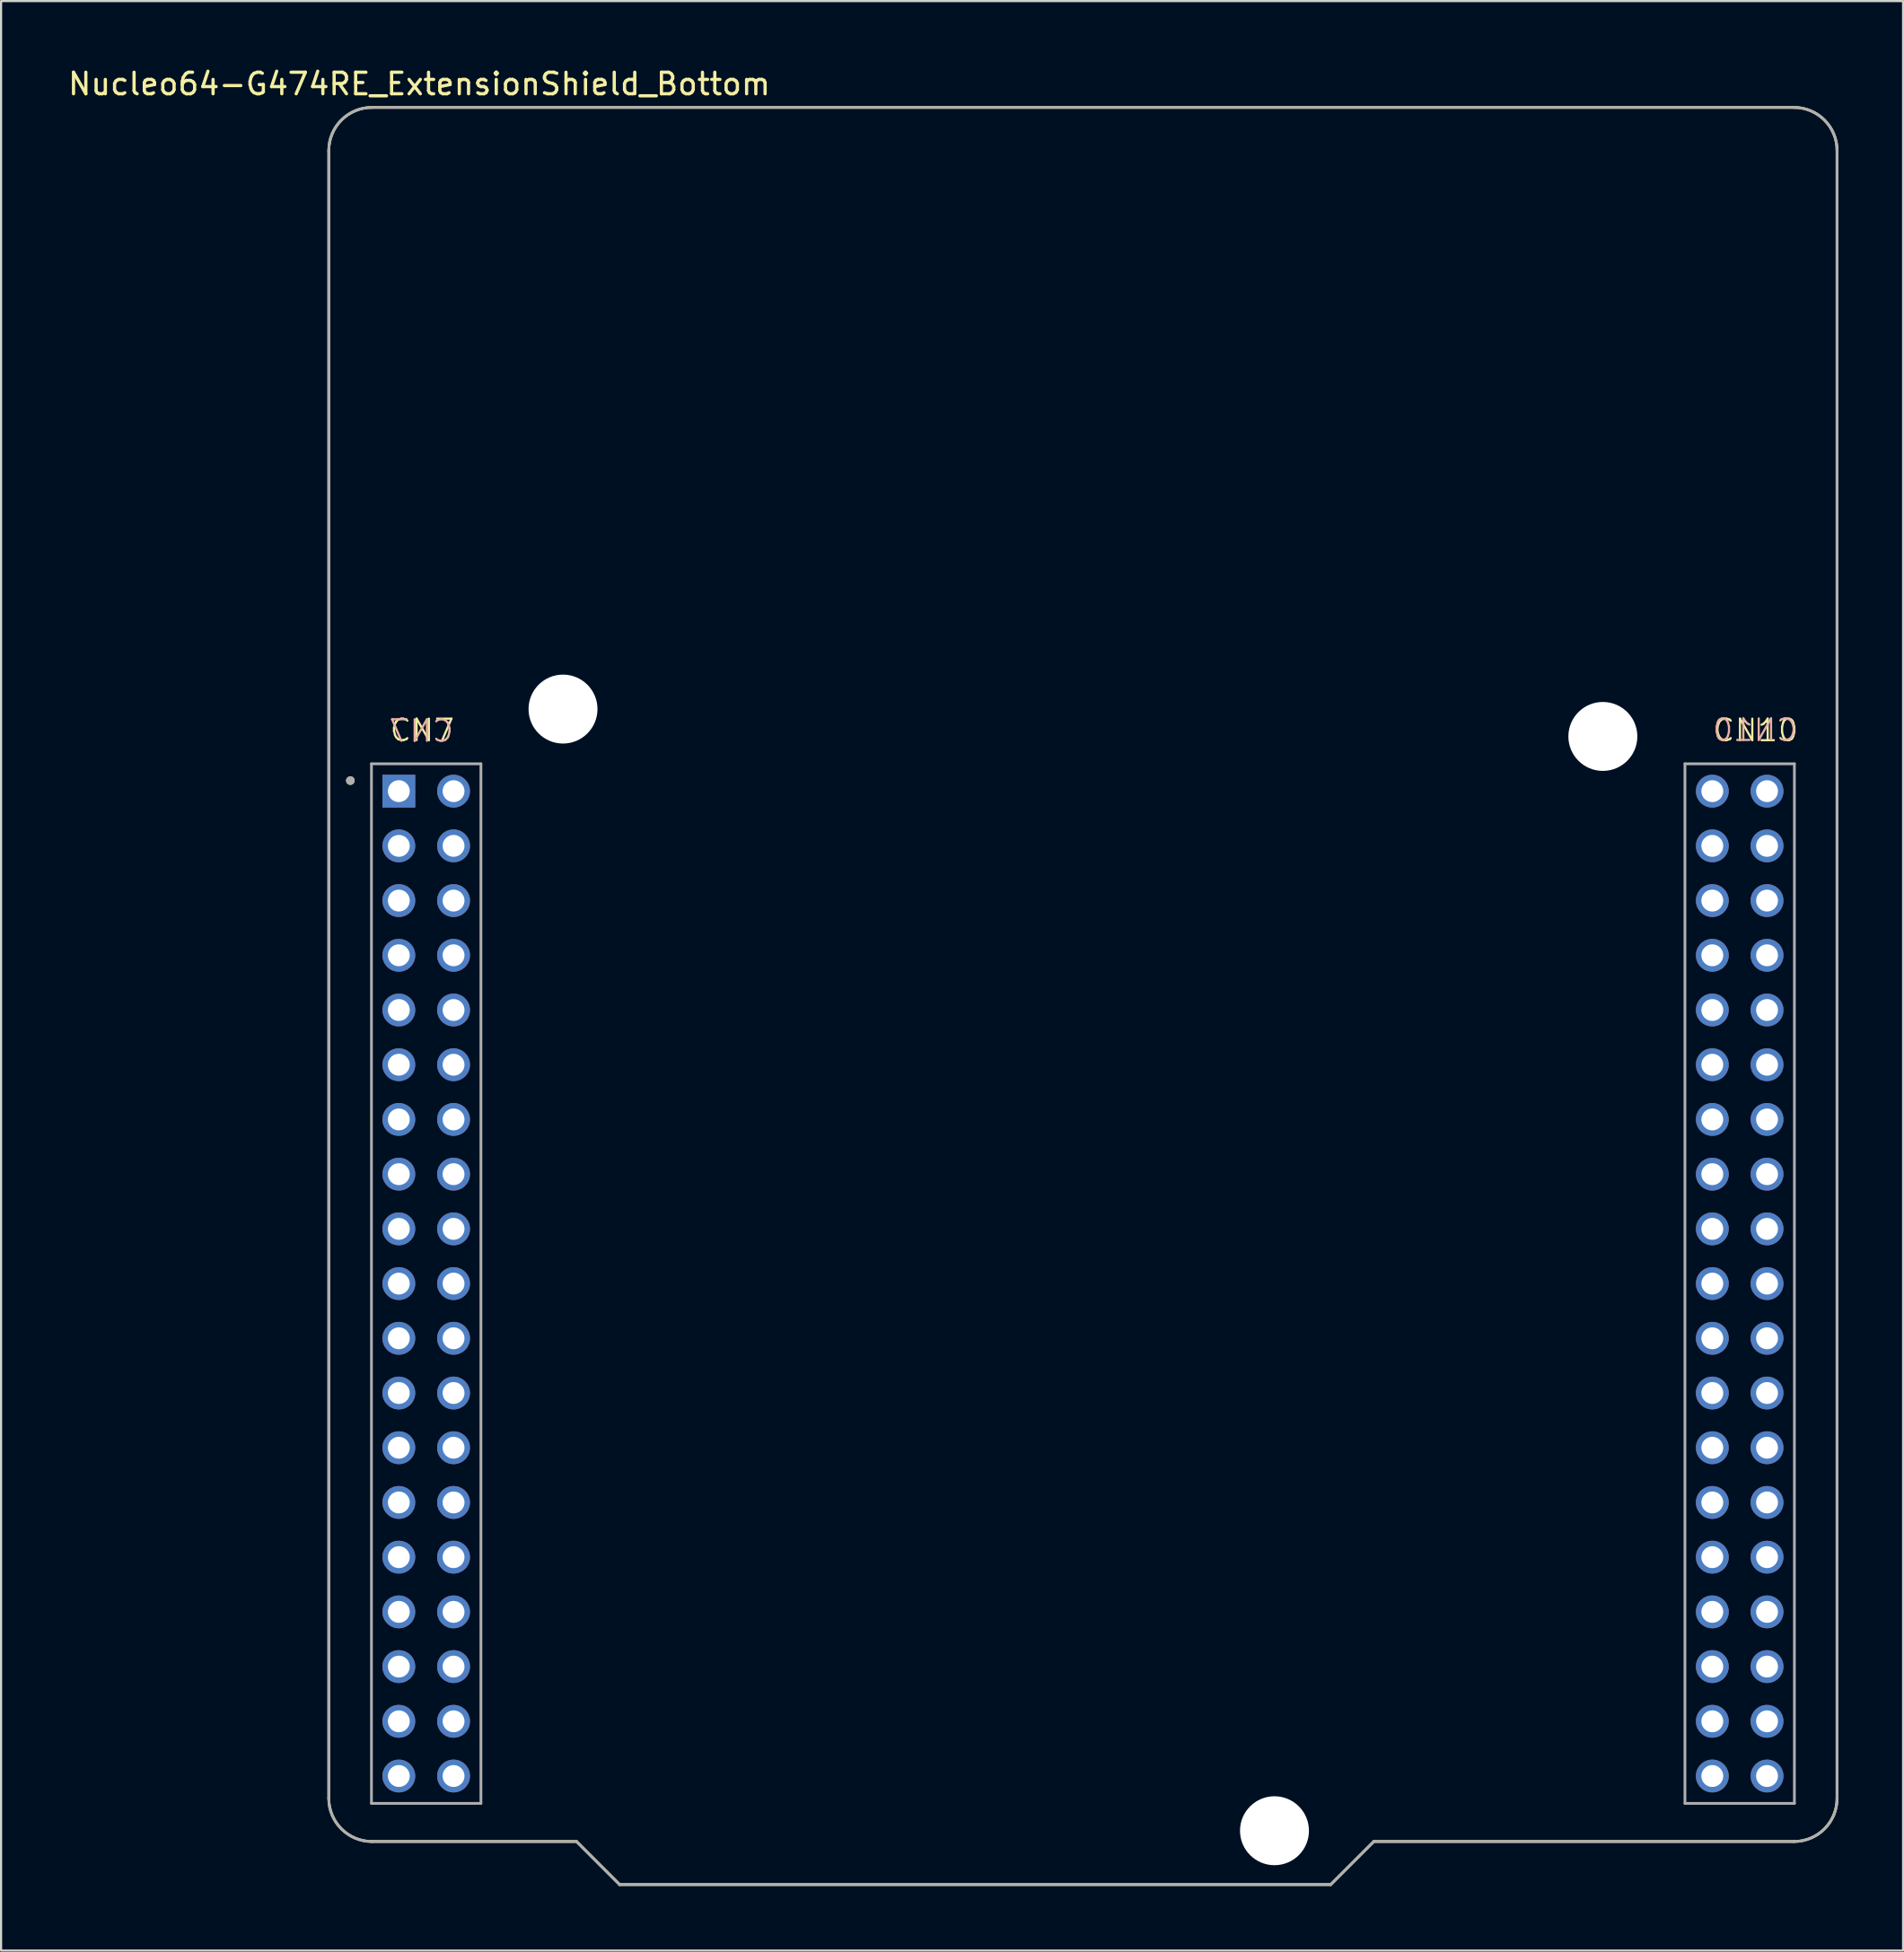
<source format=kicad_pcb>
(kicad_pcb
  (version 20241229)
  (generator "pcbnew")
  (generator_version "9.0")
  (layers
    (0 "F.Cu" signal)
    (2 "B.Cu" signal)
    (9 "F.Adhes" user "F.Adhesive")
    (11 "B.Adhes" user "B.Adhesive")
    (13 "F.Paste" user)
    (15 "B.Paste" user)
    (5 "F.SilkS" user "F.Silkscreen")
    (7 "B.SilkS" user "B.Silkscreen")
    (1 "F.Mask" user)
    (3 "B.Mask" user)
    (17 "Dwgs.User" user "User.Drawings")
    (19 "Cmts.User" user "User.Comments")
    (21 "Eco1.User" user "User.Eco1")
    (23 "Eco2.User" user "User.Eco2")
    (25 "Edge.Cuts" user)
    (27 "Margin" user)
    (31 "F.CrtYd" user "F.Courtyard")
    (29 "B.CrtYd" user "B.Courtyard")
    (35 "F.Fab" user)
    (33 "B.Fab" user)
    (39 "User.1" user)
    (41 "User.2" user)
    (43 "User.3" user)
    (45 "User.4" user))
  (footprint "Nucleo64-G474RE_ExtensionShield_Bottom"
    (layer "F.Cu")
    (at 47.21 43.187)
    (property "Reference" "Nucleo64-G474RE_ExtensionShield_Bottom" (at -30.8 -42.339 0) (layer "F.SilkS") (effects (font (size 1 1) (thickness 0.15))))
    (attr through_hole)
    (fp_line (start -35 -39.25) (end -35 37.25) (stroke (width 0.127) (type solid)) (layer "F.SilkS"))
    (fp_line (start -33 -41.25) (end 33 -41.25) (stroke (width 0.127) (type solid)) (layer "F.SilkS"))
    (fp_line (start -33 39.25) (end -23.5 39.25) (stroke (width 0.127) (type solid)) (layer "F.SilkS"))
    (fp_line (start -23.5 39.25) (end -21.5 41.25) (stroke (width 0.127) (type solid)) (layer "F.SilkS"))
    (fp_line (start -21.5 41.25) (end 11.5 41.25) (stroke (width 0.127) (type solid)) (layer "F.SilkS"))
    (fp_line (start 11.5 41.25) (end 13.5 39.25) (stroke (width 0.127) (type solid)) (layer "F.SilkS"))
    (fp_line (start 13.5 39.25) (end 33 39.25) (stroke (width 0.127) (type solid)) (layer "F.SilkS"))
    (fp_line (start 35 37.25) (end 35 -39.25) (stroke (width 0.127) (type solid)) (layer "F.SilkS"))
    (fp_arc (start -35 -39.25) (mid -34.414214 -40.664214) (end -33 -41.25) (stroke (width 0.127) (type solid)) (layer "F.SilkS"))
    (fp_arc (start -33 39.25) (mid -34.414214 38.664214) (end -35 37.25) (stroke (width 0.127) (type solid)) (layer "F.SilkS"))
    (fp_arc (start 33 -41.25) (mid 34.414214 -40.664214) (end 35 -39.25) (stroke (width 0.127) (type solid)) (layer "F.SilkS"))
    (fp_arc (start 35 37.25) (mid 34.414214 38.664214) (end 33 39.25) (stroke (width 0.127) (type solid)) (layer "F.SilkS"))
    (fp_circle (center -34 -10) (end -33.9 -10) (stroke (width 0.2) (type solid)) (fill no) (layer "F.SilkS"))
    (fp_line (start -35 -39.25) (end -35 37.25) (stroke (width 0.127) (type solid)) (layer "F.Fab"))
    (fp_line (start -33.02 -10.78) (end -27.94 -10.78) (stroke (width 0.127) (type solid)) (layer "F.Fab"))
    (fp_line (start -33.02 37.48) (end -33.02 -10.78) (stroke (width 0.127) (type solid)) (layer "F.Fab"))
    (fp_line (start -33 -41.25) (end 33 -41.25) (stroke (width 0.127) (type solid)) (layer "F.Fab"))
    (fp_line (start -33 39.25) (end -23.5 39.25) (stroke (width 0.127) (type solid)) (layer "F.Fab"))
    (fp_line (start -27.94 -10.78) (end -27.94 37.48) (stroke (width 0.127) (type solid)) (layer "F.Fab"))
    (fp_line (start -27.94 37.48) (end -33.02 37.48) (stroke (width 0.127) (type solid)) (layer "F.Fab"))
    (fp_line (start -23.5 39.25) (end -21.5 41.25) (stroke (width 0.127) (type solid)) (layer "F.Fab"))
    (fp_line (start -21.5 41.25) (end 11.5 41.25) (stroke (width 0.127) (type solid)) (layer "F.Fab"))
    (fp_line (start 11.5 41.25) (end 13.5 39.25) (stroke (width 0.127) (type solid)) (layer "F.Fab"))
    (fp_line (start 13.5 39.25) (end 33 39.25) (stroke (width 0.127) (type solid)) (layer "F.Fab"))
    (fp_line (start 27.94 -10.78) (end 33.02 -10.78) (stroke (width 0.127) (type solid)) (layer "F.Fab"))
    (fp_line (start 27.94 37.48) (end 27.94 -10.78) (stroke (width 0.127) (type solid)) (layer "F.Fab"))
    (fp_line (start 33.02 -10.78) (end 33.02 37.48) (stroke (width 0.127) (type solid)) (layer "F.Fab"))
    (fp_line (start 33.02 37.48) (end 27.94 37.48) (stroke (width 0.127) (type solid)) (layer "F.Fab"))
    (fp_line (start 35 37.25) (end 35 -39.25) (stroke (width 0.127) (type solid)) (layer "F.Fab"))
    (fp_arc (start -35 -39.25) (mid -34.414214 -40.664214) (end -33 -41.25) (stroke (width 0.127) (type solid)) (layer "F.Fab"))
    (fp_arc (start -33 39.25) (mid -34.414214 38.664214) (end -35 37.25) (stroke (width 0.127) (type solid)) (layer "F.Fab"))
    (fp_arc (start 33 -41.25) (mid 34.414214 -40.664214) (end 35 -39.25) (stroke (width 0.127) (type solid)) (layer "F.Fab"))
    (fp_arc (start 35 37.25) (mid 34.414214 38.664214) (end 33 39.25) (stroke (width 0.127) (type solid)) (layer "F.Fab"))
    (fp_circle (center -34 -10) (end -33.9 -10) (stroke (width 0.2) (type solid)) (fill no) (layer "F.Fab"))
    (fp_text user "CN10" (at 29.19 -11.75 0) (unlocked yes) (layer "F.SilkS") (effects (font (size 1 1) (thickness 0.1)) (justify left bottom)))
    (fp_text user "CN7" (at -32.23 -11.75 0) (unlocked yes) (layer "F.SilkS") (effects (font (size 1 1) (thickness 0.1)) (justify left bottom)))
    (fp_text user "CN7" (at -29.14 -11.72 0) (unlocked yes) (layer "B.SilkS") (effects (font (size 1 1) (thickness 0.1)) (justify left bottom mirror)))
    (fp_text user "CN10" (at 33.24 -11.76 0) (unlocked yes) (layer "B.SilkS") (effects (font (size 1 1) (thickness 0.1)) (justify left bottom mirror)))
    (pad "" np_thru_hole circle (at -24.13 -13.32) (size 3.2 3.2) (drill 3.2) (layers "*.Cu" "*.Mask"))
    (pad "" np_thru_hole circle (at 8.89 38.75) (size 3.2 3.2) (drill 3.2) (layers "*.Cu" "*.Mask"))
    (pad "" np_thru_hole circle (at 24.13 -12.05) (size 3.2 3.2) (drill 3.2) (layers "*.Cu" "*.Mask"))
    (pad "CN7_1" thru_hole rect (at -31.75 -9.51) (size 1.524 1.524) (drill 1.016) (layers "*.Cu" "*.Mask"))
    (pad "CN7_2" thru_hole circle (at -29.21 -9.51) (size 1.524 1.524) (drill 1.016) (layers "*.Cu" "*.Mask"))
    (pad "CN7_3" thru_hole circle (at -31.75 -6.97) (size 1.524 1.524) (drill 1.016) (layers "*.Cu" "*.Mask"))
    (pad "CN7_4" thru_hole circle (at -29.21 -6.97) (size 1.524 1.524) (drill 1.016) (layers "*.Cu" "*.Mask"))
    (pad "CN7_5" thru_hole circle (at -31.75 -4.43) (size 1.524 1.524) (drill 1.016) (layers "*.Cu" "*.Mask"))
    (pad "CN7_6" thru_hole circle (at -29.21 -4.43) (size 1.524 1.524) (drill 1.016) (layers "*.Cu" "*.Mask"))
    (pad "CN7_7" thru_hole circle (at -31.75 -1.89) (size 1.524 1.524) (drill 1.016) (layers "*.Cu" "*.Mask"))
    (pad "CN7_8" thru_hole circle (at -29.21 -1.89) (size 1.524 1.524) (drill 1.016) (layers "*.Cu" "*.Mask"))
    (pad "CN7_9" thru_hole circle (at -31.75 0.65) (size 1.524 1.524) (drill 1.016) (layers "*.Cu" "*.Mask"))
    (pad "CN7_10" thru_hole circle (at -29.21 0.65) (size 1.524 1.524) (drill 1.016) (layers "*.Cu" "*.Mask"))
    (pad "CN7_11" thru_hole circle (at -31.75 3.19) (size 1.524 1.524) (drill 1.016) (layers "*.Cu" "*.Mask"))
    (pad "CN7_12" thru_hole circle (at -29.21 3.19) (size 1.524 1.524) (drill 1.016) (layers "*.Cu" "*.Mask"))
    (pad "CN7_13" thru_hole circle (at -31.75 5.73) (size 1.524 1.524) (drill 1.016) (layers "*.Cu" "*.Mask"))
    (pad "CN7_14" thru_hole circle (at -29.21 5.73) (size 1.524 1.524) (drill 1.016) (layers "*.Cu" "*.Mask"))
    (pad "CN7_15" thru_hole circle (at -31.75 8.27) (size 1.524 1.524) (drill 1.016) (layers "*.Cu" "*.Mask"))
    (pad "CN7_16" thru_hole circle (at -29.21 8.27) (size 1.524 1.524) (drill 1.016) (layers "*.Cu" "*.Mask"))
    (pad "CN7_17" thru_hole circle (at -31.75 10.81) (size 1.524 1.524) (drill 1.016) (layers "*.Cu" "*.Mask"))
    (pad "CN7_18" thru_hole circle (at -29.21 10.81) (size 1.524 1.524) (drill 1.016) (layers "*.Cu" "*.Mask"))
    (pad "CN7_19" thru_hole circle (at -31.75 13.35) (size 1.524 1.524) (drill 1.016) (layers "*.Cu" "*.Mask"))
    (pad "CN7_20" thru_hole circle (at -29.21 13.35) (size 1.524 1.524) (drill 1.016) (layers "*.Cu" "*.Mask"))
    (pad "CN7_21" thru_hole circle (at -31.75 15.89) (size 1.524 1.524) (drill 1.016) (layers "*.Cu" "*.Mask"))
    (pad "CN7_22" thru_hole circle (at -29.21 15.89) (size 1.524 1.524) (drill 1.016) (layers "*.Cu" "*.Mask"))
    (pad "CN7_23" thru_hole circle (at -31.75 18.43) (size 1.524 1.524) (drill 1.016) (layers "*.Cu" "*.Mask"))
    (pad "CN7_24" thru_hole circle (at -29.21 18.43) (size 1.524 1.524) (drill 1.016) (layers "*.Cu" "*.Mask"))
    (pad "CN7_25" thru_hole circle (at -31.75 20.97) (size 1.524 1.524) (drill 1.016) (layers "*.Cu" "*.Mask"))
    (pad "CN7_26" thru_hole circle (at -29.21 20.97) (size 1.524 1.524) (drill 1.016) (layers "*.Cu" "*.Mask"))
    (pad "CN7_27" thru_hole circle (at -31.75 23.51) (size 1.524 1.524) (drill 1.016) (layers "*.Cu" "*.Mask"))
    (pad "CN7_28" thru_hole circle (at -29.21 23.51) (size 1.524 1.524) (drill 1.016) (layers "*.Cu" "*.Mask"))
    (pad "CN7_29" thru_hole circle (at -31.75 26.05) (size 1.524 1.524) (drill 1.016) (layers "*.Cu" "*.Mask"))
    (pad "CN7_30" thru_hole circle (at -29.21 26.05) (size 1.524 1.524) (drill 1.016) (layers "*.Cu" "*.Mask"))
    (pad "CN7_31" thru_hole circle (at -31.75 28.59) (size 1.524 1.524) (drill 1.016) (layers "*.Cu" "*.Mask"))
    (pad "CN7_32" thru_hole circle (at -29.21 28.59) (size 1.524 1.524) (drill 1.016) (layers "*.Cu" "*.Mask"))
    (pad "CN7_33" thru_hole circle (at -31.75 31.13) (size 1.524 1.524) (drill 1.016) (layers "*.Cu" "*.Mask"))
    (pad "CN7_34" thru_hole circle (at -29.21 31.13) (size 1.524 1.524) (drill 1.016) (layers "*.Cu" "*.Mask"))
    (pad "CN7_35" thru_hole circle (at -31.75 33.67) (size 1.524 1.524) (drill 1.016) (layers "*.Cu" "*.Mask"))
    (pad "CN7_36" thru_hole circle (at -29.21 33.67) (size 1.524 1.524) (drill 1.016) (layers "*.Cu" "*.Mask"))
    (pad "CN7_37" thru_hole circle (at -31.75 36.21) (size 1.524 1.524) (drill 1.016) (layers "*.Cu" "*.Mask"))
    (pad "CN7_38" thru_hole circle (at -29.21 36.21) (size 1.524 1.524) (drill 1.016) (layers "*.Cu" "*.Mask"))
    (pad "CN10_1" thru_hole circle (at 29.21 -9.51) (size 1.524 1.524) (drill 1.016) (layers "*.Cu" "*.Mask"))
    (pad "CN10_2" thru_hole circle (at 31.75 -9.51) (size 1.524 1.524) (drill 1.016) (layers "*.Cu" "*.Mask"))
    (pad "CN10_3" thru_hole circle (at 29.21 -6.97) (size 1.524 1.524) (drill 1.016) (layers "*.Cu" "*.Mask"))
    (pad "CN10_4" thru_hole circle (at 31.75 -6.97) (size 1.524 1.524) (drill 1.016) (layers "*.Cu" "*.Mask"))
    (pad "CN10_5" thru_hole circle (at 29.21 -4.43) (size 1.524 1.524) (drill 1.016) (layers "*.Cu" "*.Mask"))
    (pad "CN10_6" thru_hole circle (at 31.75 -4.43) (size 1.524 1.524) (drill 1.016) (layers "*.Cu" "*.Mask"))
    (pad "CN10_7" thru_hole circle (at 29.21 -1.89) (size 1.524 1.524) (drill 1.016) (layers "*.Cu" "*.Mask"))
    (pad "CN10_8" thru_hole circle (at 31.75 -1.89) (size 1.524 1.524) (drill 1.016) (layers "*.Cu" "*.Mask"))
    (pad "CN10_9" thru_hole circle (at 29.21 0.65) (size 1.524 1.524) (drill 1.016) (layers "*.Cu" "*.Mask"))
    (pad "CN10_10" thru_hole circle (at 31.75 0.65) (size 1.524 1.524) (drill 1.016) (layers "*.Cu" "*.Mask"))
    (pad "CN10_11" thru_hole circle (at 29.21 3.19) (size 1.524 1.524) (drill 1.016) (layers "*.Cu" "*.Mask"))
    (pad "CN10_12" thru_hole circle (at 31.75 3.19) (size 1.524 1.524) (drill 1.016) (layers "*.Cu" "*.Mask"))
    (pad "CN10_13" thru_hole circle (at 29.21 5.73) (size 1.524 1.524) (drill 1.016) (layers "*.Cu" "*.Mask"))
    (pad "CN10_14" thru_hole circle (at 31.75 5.73) (size 1.524 1.524) (drill 1.016) (layers "*.Cu" "*.Mask"))
    (pad "CN10_15" thru_hole circle (at 29.21 8.27) (size 1.524 1.524) (drill 1.016) (layers "*.Cu" "*.Mask"))
    (pad "CN10_16" thru_hole circle (at 31.75 8.27) (size 1.524 1.524) (drill 1.016) (layers "*.Cu" "*.Mask"))
    (pad "CN10_17" thru_hole circle (at 29.21 10.81) (size 1.524 1.524) (drill 1.016) (layers "*.Cu" "*.Mask"))
    (pad "CN10_18" thru_hole circle (at 31.75 10.81) (size 1.524 1.524) (drill 1.016) (layers "*.Cu" "*.Mask"))
    (pad "CN10_19" thru_hole circle (at 29.21 13.35) (size 1.524 1.524) (drill 1.016) (layers "*.Cu" "*.Mask"))
    (pad "CN10_20" thru_hole circle (at 31.75 13.35) (size 1.524 1.524) (drill 1.016) (layers "*.Cu" "*.Mask"))
    (pad "CN10_21" thru_hole circle (at 29.21 15.89) (size 1.524 1.524) (drill 1.016) (layers "*.Cu" "*.Mask"))
    (pad "CN10_22" thru_hole circle (at 31.75 15.89) (size 1.524 1.524) (drill 1.016) (layers "*.Cu" "*.Mask"))
    (pad "CN10_23" thru_hole circle (at 29.21 18.43) (size 1.524 1.524) (drill 1.016) (layers "*.Cu" "*.Mask"))
    (pad "CN10_24" thru_hole circle (at 31.75 18.43) (size 1.524 1.524) (drill 1.016) (layers "*.Cu" "*.Mask"))
    (pad "CN10_25" thru_hole circle (at 29.21 20.97) (size 1.524 1.524) (drill 1.016) (layers "*.Cu" "*.Mask"))
    (pad "CN10_26" thru_hole circle (at 31.75 20.97) (size 1.524 1.524) (drill 1.016) (layers "*.Cu" "*.Mask"))
    (pad "CN10_27" thru_hole circle (at 29.21 23.51) (size 1.524 1.524) (drill 1.016) (layers "*.Cu" "*.Mask"))
    (pad "CN10_28" thru_hole circle (at 31.75 23.51) (size 1.524 1.524) (drill 1.016) (layers "*.Cu" "*.Mask"))
    (pad "CN10_29" thru_hole circle (at 29.21 26.05) (size 1.524 1.524) (drill 1.016) (layers "*.Cu" "*.Mask"))
    (pad "CN10_30" thru_hole circle (at 31.75 26.05) (size 1.524 1.524) (drill 1.016) (layers "*.Cu" "*.Mask"))
    (pad "CN10_31" thru_hole circle (at 29.21 28.59) (size 1.524 1.524) (drill 1.016) (layers "*.Cu" "*.Mask"))
    (pad "CN10_32" thru_hole circle (at 31.75 28.59) (size 1.524 1.524) (drill 1.016) (layers "*.Cu" "*.Mask"))
    (pad "CN10_33" thru_hole circle (at 29.21 31.13) (size 1.524 1.524) (drill 1.016) (layers "*.Cu" "*.Mask"))
    (pad "CN10_34" thru_hole circle (at 31.75 31.13) (size 1.524 1.524) (drill 1.016) (layers "*.Cu" "*.Mask"))
    (pad "CN10_35" thru_hole circle (at 29.21 33.67) (size 1.524 1.524) (drill 1.016) (layers "*.Cu" "*.Mask"))
    (pad "CN10_36" thru_hole circle (at 31.75 33.67) (size 1.524 1.524) (drill 1.016) (layers "*.Cu" "*.Mask"))
    (pad "CN10_37" thru_hole circle (at 29.21 36.21) (size 1.524 1.524) (drill 1.016) (layers "*.Cu" "*.Mask"))
    (pad "CN10_38" thru_hole circle (at 31.75 36.21) (size 1.524 1.524) (drill 1.016) (layers "*.Cu" "*.Mask")))
  (gr_rect
    (start -3 -3)
    (end 85.274 87.501)
    (stroke (width 0.1) (type default))
    (fill no)
    (layer "Edge.Cuts")))
</source>
